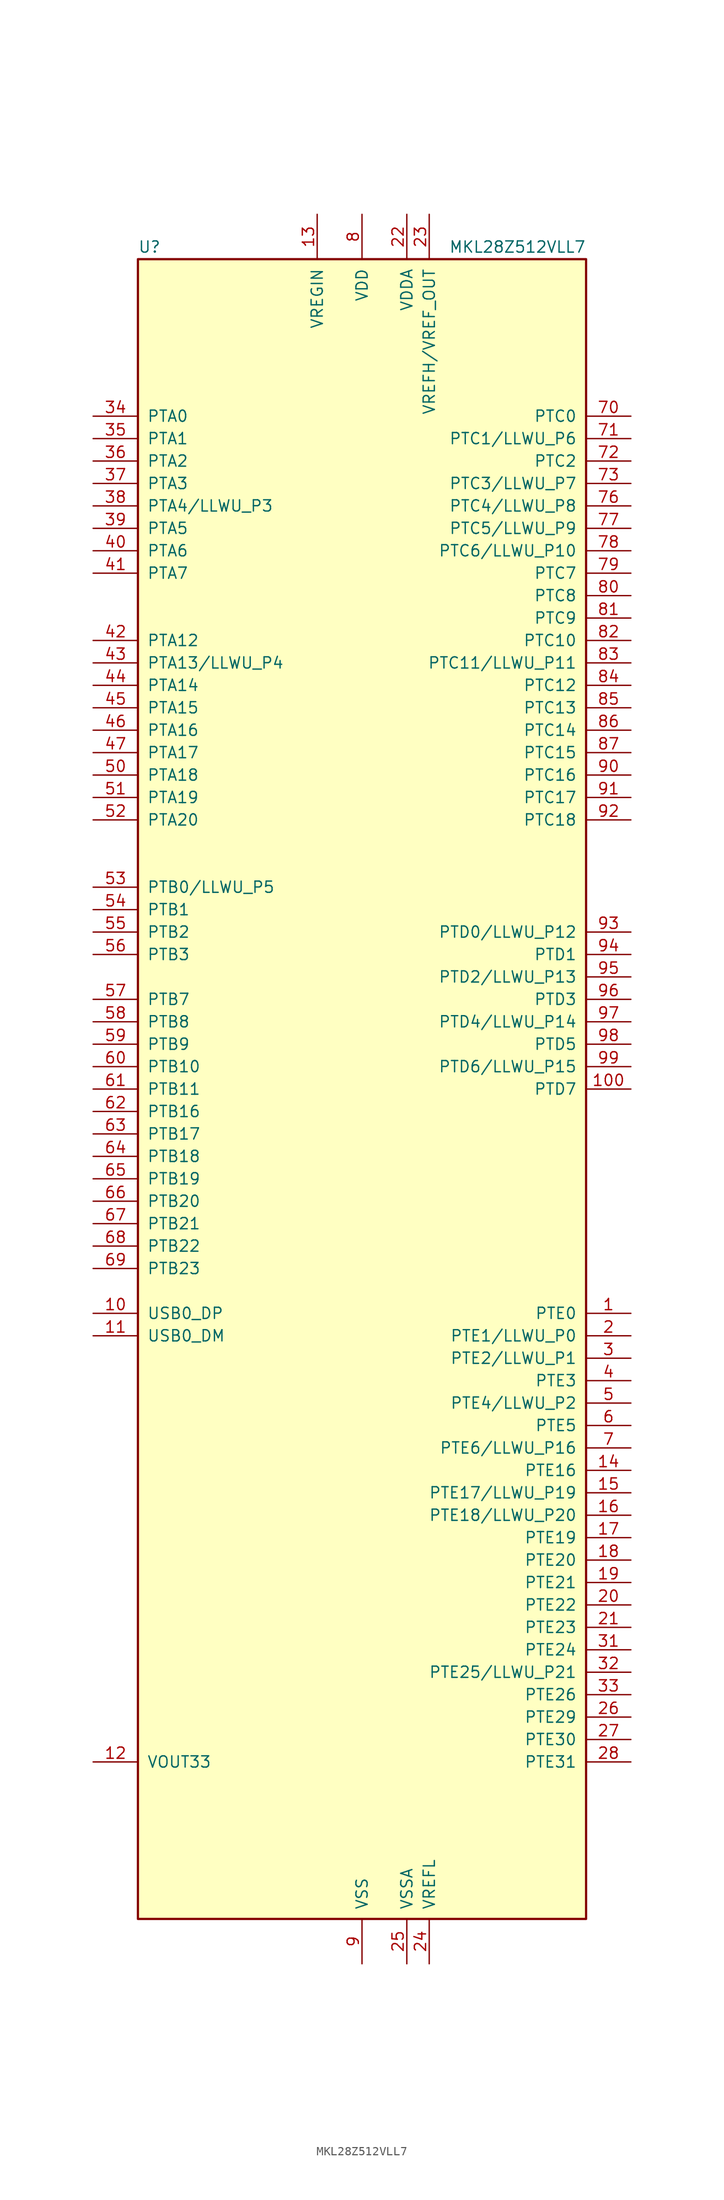
<source format=kicad_sym>
(kicad_symbol_lib
  (version 20211014)
  (generator kicad_symbol_editor)
  (symbol "MKL28Z512VLL7"
    (pin_names
      (offset 1.016))
    (property "Reference" "U"
      (at -25.4 94.615 0)
      (effects (font (size 1.27 1.27)) (justify left bottom)))
    (property "Value" "MKL28Z512VLL7"
      (at 25.4 94.615 0)
      (effects (font (size 1.27 1.27)) (justify right bottom)))
    (symbol "MKL28Z512VLL7_0_1"
      (rectangle (start -25.4 93.98) (end 25.4 -93.98) (stroke (width 0.254) (type default) (color 0 0 0 0)) (fill (type background))))
    (symbol "MKL28Z512VLL7_1_1"
      (pin bidirectional line (at 30.48 -25.4 180) (length 5.08) (name "PTE0" (effects (font (size 1.27 1.27)))) (number "1" (effects (font (size 1.27 1.27)))))
      (pin bidirectional line (at -30.48 -25.4 0) (length 5.08) (name "USB0_DP" (effects (font (size 1.27 1.27)))) (number "10" (effects (font (size 1.27 1.27)))))
      (pin bidirectional line (at 30.48 0 180) (length 5.08) (name "PTD7" (effects (font (size 1.27 1.27)))) (number "100" (effects (font (size 1.27 1.27)))))
      (pin bidirectional line (at -30.48 -27.94 0) (length 5.08) (name "USB0_DM" (effects (font (size 1.27 1.27)))) (number "11" (effects (font (size 1.27 1.27)))))
      (pin power_out line (at -30.48 -76.2 0) (length 5.08) (name "VOUT33" (effects (font (size 1.27 1.27)))) (number "12" (effects (font (size 1.27 1.27)))))
      (pin power_in line (at -5.08 99.06 270) (length 5.08) (name "VREGIN" (effects (font (size 1.27 1.27)))) (number "13" (effects (font (size 1.27 1.27)))))
      (pin bidirectional line (at 30.48 -43.18 180) (length 5.08) (name "PTE16" (effects (font (size 1.27 1.27)))) (number "14" (effects (font (size 1.27 1.27)))))
      (pin bidirectional line (at 30.48 -45.72 180) (length 5.08) (name "PTE17/LLWU_P19" (effects (font (size 1.27 1.27)))) (number "15" (effects (font (size 1.27 1.27)))))
      (pin bidirectional line (at 30.48 -48.26 180) (length 5.08) (name "PTE18/LLWU_P20" (effects (font (size 1.27 1.27)))) (number "16" (effects (font (size 1.27 1.27)))))
      (pin bidirectional line (at 30.48 -50.8 180) (length 5.08) (name "PTE19" (effects (font (size 1.27 1.27)))) (number "17" (effects (font (size 1.27 1.27)))))
      (pin bidirectional line (at 30.48 -53.34 180) (length 5.08) (name "PTE20" (effects (font (size 1.27 1.27)))) (number "18" (effects (font (size 1.27 1.27)))))
      (pin bidirectional line (at 30.48 -55.88 180) (length 5.08) (name "PTE21" (effects (font (size 1.27 1.27)))) (number "19" (effects (font (size 1.27 1.27)))))
      (pin bidirectional line (at 30.48 -27.94 180) (length 5.08) (name "PTE1/LLWU_P0" (effects (font (size 1.27 1.27)))) (number "2" (effects (font (size 1.27 1.27)))))
      (pin bidirectional line (at 30.48 -58.42 180) (length 5.08) (name "PTE22" (effects (font (size 1.27 1.27)))) (number "20" (effects (font (size 1.27 1.27)))))
      (pin bidirectional line (at 30.48 -60.96 180) (length 5.08) (name "PTE23" (effects (font (size 1.27 1.27)))) (number "21" (effects (font (size 1.27 1.27)))))
      (pin power_in line (at 5.08 99.06 270) (length 5.08) (name "VDDA" (effects (font (size 1.27 1.27)))) (number "22" (effects (font (size 1.27 1.27)))))
      (pin power_in line (at 7.62 99.06 270) (length 5.08) (name "VREFH/VREF_OUT" (effects (font (size 1.27 1.27)))) (number "23" (effects (font (size 1.27 1.27)))))
      (pin power_in line (at 7.62 -99.06 90) (length 5.08) (name "VREFL" (effects (font (size 1.27 1.27)))) (number "24" (effects (font (size 1.27 1.27)))))
      (pin power_in line (at 5.08 -99.06 90) (length 5.08) (name "VSSA" (effects (font (size 1.27 1.27)))) (number "25" (effects (font (size 1.27 1.27)))))
      (pin bidirectional line (at 30.48 -71.12 180) (length 5.08) (name "PTE29" (effects (font (size 1.27 1.27)))) (number "26" (effects (font (size 1.27 1.27)))))
      (pin bidirectional line (at 30.48 -73.66 180) (length 5.08) (name "PTE30" (effects (font (size 1.27 1.27)))) (number "27" (effects (font (size 1.27 1.27)))))
      (pin bidirectional line (at 30.48 -76.2 180) (length 5.08) (name "PTE31" (effects (font (size 1.27 1.27)))) (number "28" (effects (font (size 1.27 1.27)))))
      (pin passive line (at 0 -99.06 90) (length 5.08) hide (name "VSS" (effects (font (size 1.27 1.27)))) (number "29" (effects (font (size 1.27 1.27)))))
      (pin bidirectional line (at 30.48 -30.48 180) (length 5.08) (name "PTE2/LLWU_P1" (effects (font (size 1.27 1.27)))) (number "3" (effects (font (size 1.27 1.27)))))
      (pin passive line (at 0 99.06 270) (length 5.08) hide (name "VDD" (effects (font (size 1.27 1.27)))) (number "30" (effects (font (size 1.27 1.27)))))
      (pin bidirectional line (at 30.48 -63.5 180) (length 5.08) (name "PTE24" (effects (font (size 1.27 1.27)))) (number "31" (effects (font (size 1.27 1.27)))))
      (pin bidirectional line (at 30.48 -66.04 180) (length 5.08) (name "PTE25/LLWU_P21" (effects (font (size 1.27 1.27)))) (number "32" (effects (font (size 1.27 1.27)))))
      (pin bidirectional line (at 30.48 -68.58 180) (length 5.08) (name "PTE26" (effects (font (size 1.27 1.27)))) (number "33" (effects (font (size 1.27 1.27)))))
      (pin bidirectional line (at -30.48 76.2 0) (length 5.08) (name "PTA0" (effects (font (size 1.27 1.27)))) (number "34" (effects (font (size 1.27 1.27)))))
      (pin bidirectional line (at -30.48 73.66 0) (length 5.08) (name "PTA1" (effects (font (size 1.27 1.27)))) (number "35" (effects (font (size 1.27 1.27)))))
      (pin bidirectional line (at -30.48 71.12 0) (length 5.08) (name "PTA2" (effects (font (size 1.27 1.27)))) (number "36" (effects (font (size 1.27 1.27)))))
      (pin bidirectional line (at -30.48 68.58 0) (length 5.08) (name "PTA3" (effects (font (size 1.27 1.27)))) (number "37" (effects (font (size 1.27 1.27)))))
      (pin bidirectional line (at -30.48 66.04 0) (length 5.08) (name "PTA4/LLWU_P3" (effects (font (size 1.27 1.27)))) (number "38" (effects (font (size 1.27 1.27)))))
      (pin bidirectional line (at -30.48 63.5 0) (length 5.08) (name "PTA5" (effects (font (size 1.27 1.27)))) (number "39" (effects (font (size 1.27 1.27)))))
      (pin bidirectional line (at 30.48 -33.02 180) (length 5.08) (name "PTE3" (effects (font (size 1.27 1.27)))) (number "4" (effects (font (size 1.27 1.27)))))
      (pin bidirectional line (at -30.48 60.96 0) (length 5.08) (name "PTA6" (effects (font (size 1.27 1.27)))) (number "40" (effects (font (size 1.27 1.27)))))
      (pin bidirectional line (at -30.48 58.42 0) (length 5.08) (name "PTA7" (effects (font (size 1.27 1.27)))) (number "41" (effects (font (size 1.27 1.27)))))
      (pin bidirectional line (at -30.48 50.8 0) (length 5.08) (name "PTA12" (effects (font (size 1.27 1.27)))) (number "42" (effects (font (size 1.27 1.27)))))
      (pin bidirectional line (at -30.48 48.26 0) (length 5.08) (name "PTA13/LLWU_P4" (effects (font (size 1.27 1.27)))) (number "43" (effects (font (size 1.27 1.27)))))
      (pin bidirectional line (at -30.48 45.72 0) (length 5.08) (name "PTA14" (effects (font (size 1.27 1.27)))) (number "44" (effects (font (size 1.27 1.27)))))
      (pin bidirectional line (at -30.48 43.18 0) (length 5.08) (name "PTA15" (effects (font (size 1.27 1.27)))) (number "45" (effects (font (size 1.27 1.27)))))
      (pin bidirectional line (at -30.48 40.64 0) (length 5.08) (name "PTA16" (effects (font (size 1.27 1.27)))) (number "46" (effects (font (size 1.27 1.27)))))
      (pin bidirectional line (at -30.48 38.1 0) (length 5.08) (name "PTA17" (effects (font (size 1.27 1.27)))) (number "47" (effects (font (size 1.27 1.27)))))
      (pin passive line (at 0 99.06 270) (length 5.08) hide (name "VDD" (effects (font (size 1.27 1.27)))) (number "48" (effects (font (size 1.27 1.27)))))
      (pin passive line (at 0 -99.06 90) (length 5.08) hide (name "VSS" (effects (font (size 1.27 1.27)))) (number "49" (effects (font (size 1.27 1.27)))))
      (pin bidirectional line (at 30.48 -35.56 180) (length 5.08) (name "PTE4/LLWU_P2" (effects (font (size 1.27 1.27)))) (number "5" (effects (font (size 1.27 1.27)))))
      (pin bidirectional line (at -30.48 35.56 0) (length 5.08) (name "PTA18" (effects (font (size 1.27 1.27)))) (number "50" (effects (font (size 1.27 1.27)))))
      (pin bidirectional line (at -30.48 33.02 0) (length 5.08) (name "PTA19" (effects (font (size 1.27 1.27)))) (number "51" (effects (font (size 1.27 1.27)))))
      (pin bidirectional line (at -30.48 30.48 0) (length 5.08) (name "PTA20" (effects (font (size 1.27 1.27)))) (number "52" (effects (font (size 1.27 1.27)))))
      (pin bidirectional line (at -30.48 22.86 0) (length 5.08) (name "PTB0/LLWU_P5" (effects (font (size 1.27 1.27)))) (number "53" (effects (font (size 1.27 1.27)))))
      (pin bidirectional line (at -30.48 20.32 0) (length 5.08) (name "PTB1" (effects (font (size 1.27 1.27)))) (number "54" (effects (font (size 1.27 1.27)))))
      (pin bidirectional line (at -30.48 17.78 0) (length 5.08) (name "PTB2" (effects (font (size 1.27 1.27)))) (number "55" (effects (font (size 1.27 1.27)))))
      (pin bidirectional line (at -30.48 15.24 0) (length 5.08) (name "PTB3" (effects (font (size 1.27 1.27)))) (number "56" (effects (font (size 1.27 1.27)))))
      (pin bidirectional line (at -30.48 10.16 0) (length 5.08) (name "PTB7" (effects (font (size 1.27 1.27)))) (number "57" (effects (font (size 1.27 1.27)))))
      (pin bidirectional line (at -30.48 7.62 0) (length 5.08) (name "PTB8" (effects (font (size 1.27 1.27)))) (number "58" (effects (font (size 1.27 1.27)))))
      (pin bidirectional line (at -30.48 5.08 0) (length 5.08) (name "PTB9" (effects (font (size 1.27 1.27)))) (number "59" (effects (font (size 1.27 1.27)))))
      (pin bidirectional line (at 30.48 -38.1 180) (length 5.08) (name "PTE5" (effects (font (size 1.27 1.27)))) (number "6" (effects (font (size 1.27 1.27)))))
      (pin bidirectional line (at -30.48 2.54 0) (length 5.08) (name "PTB10" (effects (font (size 1.27 1.27)))) (number "60" (effects (font (size 1.27 1.27)))))
      (pin bidirectional line (at -30.48 0 0) (length 5.08) (name "PTB11" (effects (font (size 1.27 1.27)))) (number "61" (effects (font (size 1.27 1.27)))))
      (pin bidirectional line (at -30.48 -2.54 0) (length 5.08) (name "PTB16" (effects (font (size 1.27 1.27)))) (number "62" (effects (font (size 1.27 1.27)))))
      (pin bidirectional line (at -30.48 -5.08 0) (length 5.08) (name "PTB17" (effects (font (size 1.27 1.27)))) (number "63" (effects (font (size 1.27 1.27)))))
      (pin bidirectional line (at -30.48 -7.62 0) (length 5.08) (name "PTB18" (effects (font (size 1.27 1.27)))) (number "64" (effects (font (size 1.27 1.27)))))
      (pin bidirectional line (at -30.48 -10.16 0) (length 5.08) (name "PTB19" (effects (font (size 1.27 1.27)))) (number "65" (effects (font (size 1.27 1.27)))))
      (pin bidirectional line (at -30.48 -12.7 0) (length 5.08) (name "PTB20" (effects (font (size 1.27 1.27)))) (number "66" (effects (font (size 1.27 1.27)))))
      (pin bidirectional line (at -30.48 -15.24 0) (length 5.08) (name "PTB21" (effects (font (size 1.27 1.27)))) (number "67" (effects (font (size 1.27 1.27)))))
      (pin bidirectional line (at -30.48 -17.78 0) (length 5.08) (name "PTB22" (effects (font (size 1.27 1.27)))) (number "68" (effects (font (size 1.27 1.27)))))
      (pin bidirectional line (at -30.48 -20.32 0) (length 5.08) (name "PTB23" (effects (font (size 1.27 1.27)))) (number "69" (effects (font (size 1.27 1.27)))))
      (pin bidirectional line (at 30.48 -40.64 180) (length 5.08) (name "PTE6/LLWU_P16" (effects (font (size 1.27 1.27)))) (number "7" (effects (font (size 1.27 1.27)))))
      (pin bidirectional line (at 30.48 76.2 180) (length 5.08) (name "PTC0" (effects (font (size 1.27 1.27)))) (number "70" (effects (font (size 1.27 1.27)))))
      (pin bidirectional line (at 30.48 73.66 180) (length 5.08) (name "PTC1/LLWU_P6" (effects (font (size 1.27 1.27)))) (number "71" (effects (font (size 1.27 1.27)))))
      (pin bidirectional line (at 30.48 71.12 180) (length 5.08) (name "PTC2" (effects (font (size 1.27 1.27)))) (number "72" (effects (font (size 1.27 1.27)))))
      (pin bidirectional line (at 30.48 68.58 180) (length 5.08) (name "PTC3/LLWU_P7" (effects (font (size 1.27 1.27)))) (number "73" (effects (font (size 1.27 1.27)))))
      (pin passive line (at 0 -99.06 90) (length 5.08) hide (name "VSS" (effects (font (size 1.27 1.27)))) (number "74" (effects (font (size 1.27 1.27)))))
      (pin passive line (at 0 99.06 270) (length 5.08) hide (name "VDD" (effects (font (size 1.27 1.27)))) (number "75" (effects (font (size 1.27 1.27)))))
      (pin bidirectional line (at 30.48 66.04 180) (length 5.08) (name "PTC4/LLWU_P8" (effects (font (size 1.27 1.27)))) (number "76" (effects (font (size 1.27 1.27)))))
      (pin bidirectional line (at 30.48 63.5 180) (length 5.08) (name "PTC5/LLWU_P9" (effects (font (size 1.27 1.27)))) (number "77" (effects (font (size 1.27 1.27)))))
      (pin bidirectional line (at 30.48 60.96 180) (length 5.08) (name "PTC6/LLWU_P10" (effects (font (size 1.27 1.27)))) (number "78" (effects (font (size 1.27 1.27)))))
      (pin bidirectional line (at 30.48 58.42 180) (length 5.08) (name "PTC7" (effects (font (size 1.27 1.27)))) (number "79" (effects (font (size 1.27 1.27)))))
      (pin power_in line (at 0 99.06 270) (length 5.08) (name "VDD" (effects (font (size 1.27 1.27)))) (number "8" (effects (font (size 1.27 1.27)))))
      (pin bidirectional line (at 30.48 55.88 180) (length 5.08) (name "PTC8" (effects (font (size 1.27 1.27)))) (number "80" (effects (font (size 1.27 1.27)))))
      (pin bidirectional line (at 30.48 53.34 180) (length 5.08) (name "PTC9" (effects (font (size 1.27 1.27)))) (number "81" (effects (font (size 1.27 1.27)))))
      (pin bidirectional line (at 30.48 50.8 180) (length 5.08) (name "PTC10" (effects (font (size 1.27 1.27)))) (number "82" (effects (font (size 1.27 1.27)))))
      (pin bidirectional line (at 30.48 48.26 180) (length 5.08) (name "PTC11/LLWU_P11" (effects (font (size 1.27 1.27)))) (number "83" (effects (font (size 1.27 1.27)))))
      (pin bidirectional line (at 30.48 45.72 180) (length 5.08) (name "PTC12" (effects (font (size 1.27 1.27)))) (number "84" (effects (font (size 1.27 1.27)))))
      (pin bidirectional line (at 30.48 43.18 180) (length 5.08) (name "PTC13" (effects (font (size 1.27 1.27)))) (number "85" (effects (font (size 1.27 1.27)))))
      (pin bidirectional line (at 30.48 40.64 180) (length 5.08) (name "PTC14" (effects (font (size 1.27 1.27)))) (number "86" (effects (font (size 1.27 1.27)))))
      (pin bidirectional line (at 30.48 38.1 180) (length 5.08) (name "PTC15" (effects (font (size 1.27 1.27)))) (number "87" (effects (font (size 1.27 1.27)))))
      (pin passive line (at 0 -99.06 90) (length 5.08) hide (name "VSS" (effects (font (size 1.27 1.27)))) (number "88" (effects (font (size 1.27 1.27)))))
      (pin passive line (at 0 99.06 270) (length 5.08) hide (name "VDD" (effects (font (size 1.27 1.27)))) (number "89" (effects (font (size 1.27 1.27)))))
      (pin power_in line (at 0 -99.06 90) (length 5.08) (name "VSS" (effects (font (size 1.27 1.27)))) (number "9" (effects (font (size 1.27 1.27)))))
      (pin bidirectional line (at 30.48 35.56 180) (length 5.08) (name "PTC16" (effects (font (size 1.27 1.27)))) (number "90" (effects (font (size 1.27 1.27)))))
      (pin bidirectional line (at 30.48 33.02 180) (length 5.08) (name "PTC17" (effects (font (size 1.27 1.27)))) (number "91" (effects (font (size 1.27 1.27)))))
      (pin bidirectional line (at 30.48 30.48 180) (length 5.08) (name "PTC18" (effects (font (size 1.27 1.27)))) (number "92" (effects (font (size 1.27 1.27)))))
      (pin bidirectional line (at 30.48 17.78 180) (length 5.08) (name "PTD0/LLWU_P12" (effects (font (size 1.27 1.27)))) (number "93" (effects (font (size 1.27 1.27)))))
      (pin bidirectional line (at 30.48 15.24 180) (length 5.08) (name "PTD1" (effects (font (size 1.27 1.27)))) (number "94" (effects (font (size 1.27 1.27)))))
      (pin bidirectional line (at 30.48 12.7 180) (length 5.08) (name "PTD2/LLWU_P13" (effects (font (size 1.27 1.27)))) (number "95" (effects (font (size 1.27 1.27)))))
      (pin bidirectional line (at 30.48 10.16 180) (length 5.08) (name "PTD3" (effects (font (size 1.27 1.27)))) (number "96" (effects (font (size 1.27 1.27)))))
      (pin bidirectional line (at 30.48 7.62 180) (length 5.08) (name "PTD4/LLWU_P14" (effects (font (size 1.27 1.27)))) (number "97" (effects (font (size 1.27 1.27)))))
      (pin bidirectional line (at 30.48 5.08 180) (length 5.08) (name "PTD5" (effects (font (size 1.27 1.27)))) (number "98" (effects (font (size 1.27 1.27)))))
      (pin bidirectional line (at 30.48 2.54 180) (length 5.08) (name "PTD6/LLWU_P15" (effects (font (size 1.27 1.27)))) (number "99" (effects (font (size 1.27 1.27))))))))
</source>
